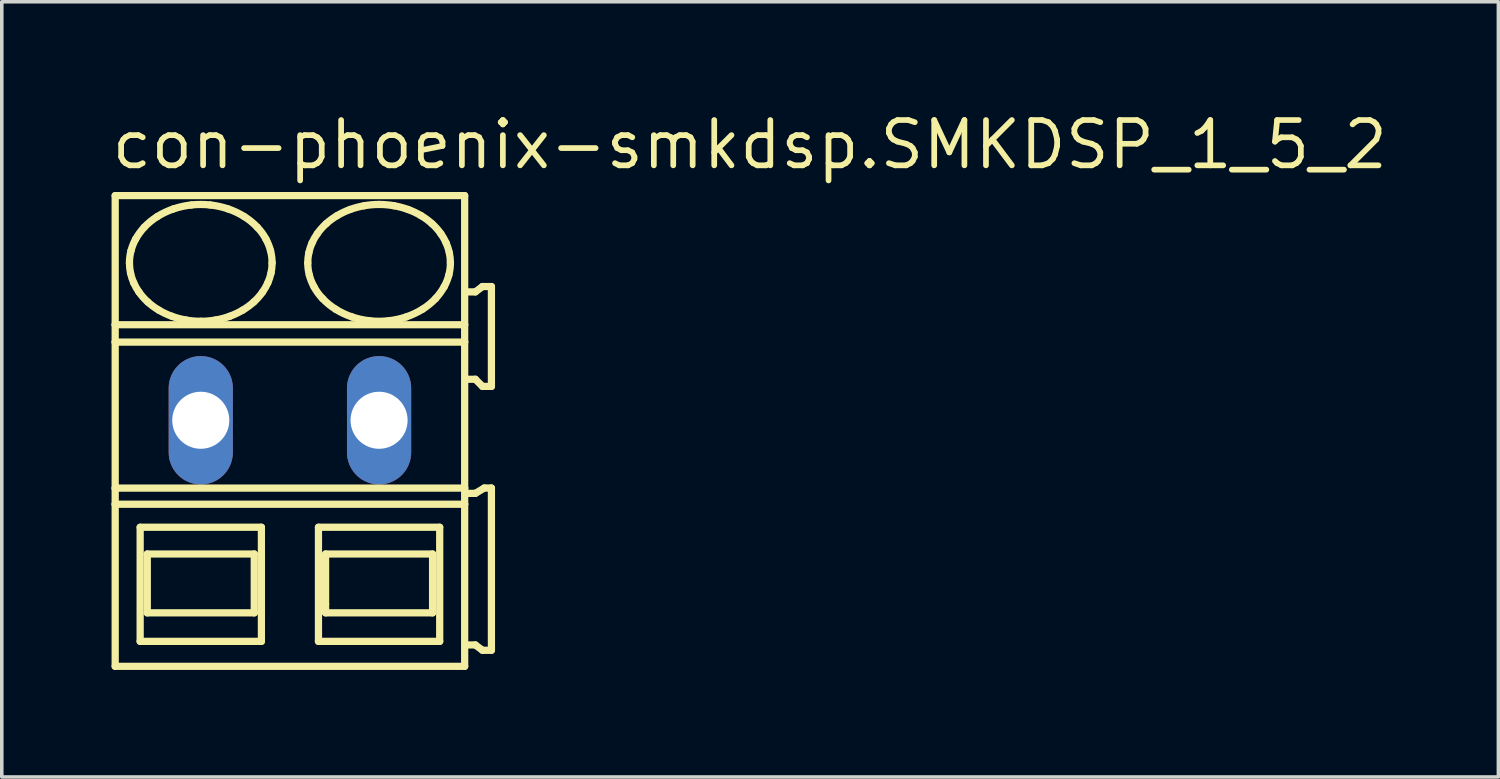
<source format=kicad_pcb>
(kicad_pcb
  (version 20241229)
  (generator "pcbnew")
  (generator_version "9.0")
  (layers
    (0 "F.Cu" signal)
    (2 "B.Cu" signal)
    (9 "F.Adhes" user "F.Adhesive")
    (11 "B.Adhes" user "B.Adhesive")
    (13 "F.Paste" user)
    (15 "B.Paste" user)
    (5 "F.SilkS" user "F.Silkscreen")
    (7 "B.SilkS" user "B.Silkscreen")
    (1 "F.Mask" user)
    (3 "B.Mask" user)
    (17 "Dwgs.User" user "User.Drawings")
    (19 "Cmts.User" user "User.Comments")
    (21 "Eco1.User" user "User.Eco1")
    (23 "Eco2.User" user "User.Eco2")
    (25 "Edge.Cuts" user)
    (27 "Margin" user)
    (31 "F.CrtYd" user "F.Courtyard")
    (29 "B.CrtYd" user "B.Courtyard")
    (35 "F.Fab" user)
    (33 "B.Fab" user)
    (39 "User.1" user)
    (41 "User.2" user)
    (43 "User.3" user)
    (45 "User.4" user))
  (footprint "con-phoenix-smkdsp.SMKDSP_1_5_2"
    (layer "F.Cu")
    (at 5.08 8.735)
    (property "Reference" "con-phoenix-smkdsp.SMKDSP_1_5_2" (at -5.08 -6.985 0) (layer "F.SilkS") (effects (font (size 1.27 1.27) (thickness 0.16)) (justify left bottom)))
    (attr through_hole)
    (fp_line (start -4.9 -6.3) (end -4.9 -2.679) (stroke (width 0.203) (type default)) (layer "F.SilkS"))
    (fp_line (start -4.9 -2.679) (end -4.9 -2.192) (stroke (width 0.203) (type default)) (layer "F.SilkS"))
    (fp_line (start -4.9 -2.192) (end -4.9 1.902) (stroke (width 0.203) (type default)) (layer "F.SilkS"))
    (fp_line (start -4.9 1.902) (end -4.9 2.354) (stroke (width 0.203) (type default)) (layer "F.SilkS"))
    (fp_line (start -4.9 2.354) (end -4.9 6.9) (stroke (width 0.203) (type default)) (layer "F.SilkS"))
    (fp_line (start -4.9 6.9) (end 4.9 6.9) (stroke (width 0.203) (type default)) (layer "F.SilkS"))
    (fp_line (start -4.2 3) (end -4.2 6.2) (stroke (width 0.203) (type default)) (layer "F.SilkS"))
    (fp_line (start -4.2 6.2) (end -0.8 6.2) (stroke (width 0.203) (type default)) (layer "F.SilkS"))
    (fp_line (start -4 3.75) (end -4 5.4) (stroke (width 0.203) (type default)) (layer "F.SilkS"))
    (fp_line (start -4 5.4) (end -1 5.4) (stroke (width 0.203) (type default)) (layer "F.SilkS"))
    (fp_line (start -1 3.75) (end -4 3.75) (stroke (width 0.203) (type default)) (layer "F.SilkS"))
    (fp_line (start -1 5.4) (end -1 3.75) (stroke (width 0.203) (type default)) (layer "F.SilkS"))
    (fp_line (start -0.8 3) (end -4.2 3) (stroke (width 0.203) (type default)) (layer "F.SilkS"))
    (fp_line (start -0.8 6.2) (end -0.8 3) (stroke (width 0.203) (type default)) (layer "F.SilkS"))
    (fp_line (start 0.8 3) (end 0.8 6.2) (stroke (width 0.203) (type default)) (layer "F.SilkS"))
    (fp_line (start 0.8 6.2) (end 4.2 6.2) (stroke (width 0.203) (type default)) (layer "F.SilkS"))
    (fp_line (start 1 3.75) (end 1 5.15) (stroke (width 0.203) (type default)) (layer "F.SilkS"))
    (fp_line (start 1 5.15) (end 1 5.4) (stroke (width 0.203) (type default)) (layer "F.SilkS"))
    (fp_line (start 1 5.4) (end 4 5.4) (stroke (width 0.203) (type default)) (layer "F.SilkS"))
    (fp_line (start 4 3.75) (end 1 3.75) (stroke (width 0.203) (type default)) (layer "F.SilkS"))
    (fp_line (start 4 5.4) (end 4 3.75) (stroke (width 0.203) (type default)) (layer "F.SilkS"))
    (fp_line (start 4.2 3) (end 0.8 3) (stroke (width 0.203) (type default)) (layer "F.SilkS"))
    (fp_line (start 4.2 6.2) (end 4.2 3) (stroke (width 0.203) (type default)) (layer "F.SilkS"))
    (fp_line (start 4.9 -6.3) (end -4.9 -6.3) (stroke (width 0.203) (type default)) (layer "F.SilkS"))
    (fp_line (start 4.9 -2.679) (end -4.9 -2.679) (stroke (width 0.203) (type default)) (layer "F.SilkS"))
    (fp_line (start 4.9 -2.679) (end 4.9 -6.3) (stroke (width 0.203) (type default)) (layer "F.SilkS"))
    (fp_line (start 4.9 -2.192) (end -4.9 -2.192) (stroke (width 0.203) (type default)) (layer "F.SilkS"))
    (fp_line (start 4.9 -2.192) (end 4.9 -2.679) (stroke (width 0.203) (type default)) (layer "F.SilkS"))
    (fp_line (start 4.9 1.902) (end -4.9 1.902) (stroke (width 0.203) (type default)) (layer "F.SilkS"))
    (fp_line (start 4.9 1.902) (end 4.9 -2.192) (stroke (width 0.203) (type default)) (layer "F.SilkS"))
    (fp_line (start 4.9 2.354) (end -4.9 2.354) (stroke (width 0.203) (type default)) (layer "F.SilkS"))
    (fp_line (start 4.9 2.354) (end 4.9 1.902) (stroke (width 0.203) (type default)) (layer "F.SilkS"))
    (fp_line (start 4.9 6.9) (end 4.9 2.354) (stroke (width 0.203) (type default)) (layer "F.SilkS"))
    (fp_line (start 5 -1.15) (end 5.2 -1.15) (stroke (width 0.203) (type default)) (layer "F.SilkS"))
    (fp_line (start 5 6.3) (end 5.2 6.3) (stroke (width 0.203) (type default)) (layer "F.SilkS"))
    (fp_line (start 5.2 -3.6) (end 5 -3.6) (stroke (width 0.203) (type default)) (layer "F.SilkS"))
    (fp_line (start 5.2 -1.15) (end 5.4 -0.95) (stroke (width 0.203) (type default)) (layer "F.SilkS"))
    (fp_line (start 5.2 2.05) (end 5 2.05) (stroke (width 0.203) (type default)) (layer "F.SilkS"))
    (fp_line (start 5.2 6.3) (end 5.4 6.45) (stroke (width 0.203) (type default)) (layer "F.SilkS"))
    (fp_line (start 5.4 -3.75) (end 5.2 -3.6) (stroke (width 0.203) (type default)) (layer "F.SilkS"))
    (fp_line (start 5.4 -0.95) (end 5.65 -0.95) (stroke (width 0.203) (type default)) (layer "F.SilkS"))
    (fp_line (start 5.4 6.45) (end 5.65 6.45) (stroke (width 0.203) (type default)) (layer "F.SilkS"))
    (fp_line (start 5.45 1.9) (end 5.2 2.05) (stroke (width 0.203) (type default)) (layer "F.SilkS"))
    (fp_line (start 5.65 -3.75) (end 5.4 -3.75) (stroke (width 0.203) (type default)) (layer "F.SilkS"))
    (fp_line (start 5.65 -0.95) (end 5.65 -3.75) (stroke (width 0.203) (type default)) (layer "F.SilkS"))
    (fp_line (start 5.65 1.9) (end 5.45 1.9) (stroke (width 0.203) (type default)) (layer "F.SilkS"))
    (fp_line (start 5.65 6.45) (end 5.65 1.9) (stroke (width 0.203) (type default)) (layer "F.SilkS"))
    (fp_arc (start -4.5 -4.4136) (mid -4.488905 -4.585389) (end -4.4562 -4.7544) (stroke (width 0.2032) (type default)) (layer "F.SilkS"))
    (fp_arc (start -4.4695 -4.1287) (mid -4.492309 -4.270341) (end -4.5 -4.4136) (stroke (width 0.2032) (type default)) (layer "F.SilkS"))
    (fp_arc (start -4.4562 -4.7544) (mid -4.401558 -4.920839) (end -4.3273 -5.0795) (stroke (width 0.2032) (type default)) (layer "F.SilkS"))
    (fp_arc (start -4.3795 -3.8536) (mid -4.431599 -3.988827) (end -4.4695 -4.1287) (stroke (width 0.2032) (type default)) (layer "F.SilkS"))
    (fp_arc (start -4.3274 -5.0795) (mid -4.216217 -5.252167) (end -4.0864 -5.4113) (stroke (width 0.2032) (type default)) (layer "F.SilkS"))
    (fp_arc (start -4.232 -3.5945) (mid -4.312155 -3.720404) (end -4.3795 -3.8536) (stroke (width 0.2032) (type default)) (layer "F.SilkS"))
    (fp_arc (start -4.0864 -5.4113) (mid -3.911717 -5.573771) (end -3.718 -5.713) (stroke (width 0.2032) (type default)) (layer "F.SilkS"))
    (fp_arc (start -3.9861 -3.3171) (mid -4.116737 -3.448975) (end -4.2321 -3.5944) (stroke (width 0.2032) (type default)) (layer "F.SilkS"))
    (fp_arc (start -3.718 -5.713) (mid -3.497651 -5.83326) (end -3.2649 -5.9273) (stroke (width 0.2032) (type default)) (layer "F.SilkS"))
    (fp_arc (start -3.676 -3.0884) (mid -3.836846 -3.19489) (end -3.9861 -3.3171) (stroke (width 0.2032) (type default)) (layer "F.SilkS"))
    (fp_arc (start -3.313 -2.9167) (mid -3.498551 -2.993985) (end -3.676 -3.0884) (stroke (width 0.2032) (type default)) (layer "F.SilkS"))
    (fp_arc (start -3.2649 -5.9273) (mid -3.016253 -5.996227) (end -2.7616 -6.0378) (stroke (width 0.2032) (type default)) (layer "F.SilkS"))
    (fp_arc (start -2.9161 -2.8111) (mid -3.116893 -2.855096) (end -3.313 -2.9167) (stroke (width 0.2032) (type default)) (layer "F.SilkS"))
    (fp_arc (start -2.7616 -6.0378) (mid -2.5 -6.051841) (end -2.2384 -6.0378) (stroke (width 0.2032) (type default)) (layer "F.SilkS"))
    (fp_arc (start -2.5 -2.7752) (mid -2.708826 -2.784159) (end -2.9161 -2.8111) (stroke (width 0.2032) (type default)) (layer "F.SilkS"))
    (fp_arc (start -2.2384 -6.0378) (mid -1.983714 -5.996378) (end -1.7351 -5.9273) (stroke (width 0.2032) (type default)) (layer "F.SilkS"))
    (fp_arc (start -2.0839 -2.8111) (mid -2.291182 -2.784277) (end -2.5 -2.7753) (stroke (width 0.2032) (type default)) (layer "F.SilkS"))
    (fp_arc (start -1.7351 -5.9273) (mid -1.502222 -5.83353) (end -1.282 -5.713) (stroke (width 0.2032) (type default)) (layer "F.SilkS"))
    (fp_arc (start -1.687 -2.9167) (mid -1.883128 -2.855175) (end -2.0839 -2.8111) (stroke (width 0.2032) (type default)) (layer "F.SilkS"))
    (fp_arc (start -1.324 -3.0884) (mid -1.501514 -2.994123) (end -1.687 -2.9167) (stroke (width 0.2032) (type default)) (layer "F.SilkS"))
    (fp_arc (start -1.282 -5.713) (mid -1.088036 -5.574073) (end -0.9136 -5.4113) (stroke (width 0.2032) (type default)) (layer "F.SilkS"))
    (fp_arc (start -1.0139 -3.3171) (mid -1.163276 -3.195057) (end -1.324 -3.0884) (stroke (width 0.2032) (type default)) (layer "F.SilkS"))
    (fp_arc (start -0.9137 -5.4112) (mid -0.781313 -5.253987) (end -0.6727 -5.0795) (stroke (width 0.2032) (type default)) (layer "F.SilkS"))
    (fp_arc (start -0.7679 -3.5944) (mid -0.88339 -3.449088) (end -1.0139 -3.3171) (stroke (width 0.2032) (type default)) (layer "F.SilkS"))
    (fp_arc (start -0.6727 -5.0795) (mid -0.598287 -4.9209) (end -0.5438 -4.7544) (stroke (width 0.2032) (type default)) (layer "F.SilkS"))
    (fp_arc (start -0.6204 -3.8536) (mid -0.687861 -3.720421) (end -0.7679 -3.5944) (stroke (width 0.2032) (type default)) (layer "F.SilkS"))
    (fp_arc (start -0.5438 -4.7544) (mid -0.511083 -4.58539) (end -0.5 -4.4136) (stroke (width 0.2032) (type default)) (layer "F.SilkS"))
    (fp_arc (start -0.5305 -4.1287) (mid -0.568473 -3.988851) (end -0.6205 -3.8536) (stroke (width 0.2032) (type default)) (layer "F.SilkS"))
    (fp_arc (start -0.5001 -4.4136) (mid -0.50774 -4.270343) (end -0.5305 -4.1287) (stroke (width 0.2032) (type default)) (layer "F.SilkS"))
    (fp_arc (start 0.5 -4.4136) (mid 0.507693 -4.556809) (end 0.5305 -4.6984) (stroke (width 0.2032) (type default)) (layer "F.SilkS"))
    (fp_arc (start 0.5305 -4.6984) (mid 0.568467 -4.8383) (end 0.6205 -4.9736) (stroke (width 0.2032) (type default)) (layer "F.SilkS"))
    (fp_arc (start 0.5438 -4.0727) (mid 0.511073 -4.241759) (end 0.5 -4.4136) (stroke (width 0.2032) (type default)) (layer "F.SilkS"))
    (fp_arc (start 0.6204 -4.9736) (mid 0.687866 -5.106728) (end 0.7679 -5.2327) (stroke (width 0.2032) (type default)) (layer "F.SilkS"))
    (fp_arc (start 0.6727 -3.7476) (mid 0.598288 -3.9062) (end 0.5438 -4.0727) (stroke (width 0.2032) (type default)) (layer "F.SilkS"))
    (fp_arc (start 0.7679 -5.2327) (mid 0.883386 -5.378016) (end 1.0139 -5.51) (stroke (width 0.2032) (type default)) (layer "F.SilkS"))
    (fp_arc (start 0.9136 -3.4159) (mid 0.781267 -3.57312) (end 0.6727 -3.7476) (stroke (width 0.2032) (type default)) (layer "F.SilkS"))
    (fp_arc (start 1.0139 -5.51) (mid 1.163277 -5.632042) (end 1.324 -5.7387) (stroke (width 0.2032) (type default)) (layer "F.SilkS"))
    (fp_arc (start 1.282 -3.1141) (mid 1.088032 -3.253077) (end 0.9136 -3.4159) (stroke (width 0.2032) (type default)) (layer "F.SilkS"))
    (fp_arc (start 1.324 -5.7387) (mid 1.501514 -5.832977) (end 1.687 -5.9104) (stroke (width 0.2032) (type default)) (layer "F.SilkS"))
    (fp_arc (start 1.687 -5.9104) (mid 1.883128 -5.971925) (end 2.0839 -6.016) (stroke (width 0.2032) (type default)) (layer "F.SilkS"))
    (fp_arc (start 1.7351 -2.8998) (mid 1.502222 -2.993571) (end 1.282 -3.1141) (stroke (width 0.2032) (type default)) (layer "F.SilkS"))
    (fp_arc (start 2.0839 -6.0161) (mid 2.291183 -6.042919) (end 2.5 -6.0519) (stroke (width 0.2032) (type default)) (layer "F.SilkS"))
    (fp_arc (start 2.2384 -2.7893) (mid 1.983714 -2.830721) (end 1.7351 -2.8998) (stroke (width 0.2032) (type default)) (layer "F.SilkS"))
    (fp_arc (start 2.5 -6.0519) (mid 2.708826 -6.042941) (end 2.9161 -6.016) (stroke (width 0.2032) (type default)) (layer "F.SilkS"))
    (fp_arc (start 2.7616 -2.7893) (mid 2.5 -2.775259) (end 2.2384 -2.7893) (stroke (width 0.2032) (type default)) (layer "F.SilkS"))
    (fp_arc (start 2.9161 -6.016) (mid 3.116893 -5.972004) (end 3.313 -5.9104) (stroke (width 0.2032) (type default)) (layer "F.SilkS"))
    (fp_arc (start 3.2649 -2.8998) (mid 3.016253 -2.830873) (end 2.7616 -2.7893) (stroke (width 0.2032) (type default)) (layer "F.SilkS"))
    (fp_arc (start 3.313 -5.9104) (mid 3.498552 -5.833116) (end 3.676 -5.7387) (stroke (width 0.2032) (type default)) (layer "F.SilkS"))
    (fp_arc (start 3.676 -5.7387) (mid 3.836846 -5.632209) (end 3.9861 -5.51) (stroke (width 0.2032) (type default)) (layer "F.SilkS"))
    (fp_arc (start 3.718 -3.1141) (mid 3.497651 -2.993839) (end 3.2649 -2.8998) (stroke (width 0.2032) (type default)) (layer "F.SilkS"))
    (fp_arc (start 3.9861 -5.51) (mid 4.116738 -5.378126) (end 4.2321 -5.2327) (stroke (width 0.2032) (type default)) (layer "F.SilkS"))
    (fp_arc (start 4.0864 -3.4159) (mid 3.911721 -3.253378) (end 3.718 -3.1141) (stroke (width 0.2032) (type default)) (layer "F.SilkS"))
    (fp_arc (start 4.2321 -5.2327) (mid 4.312204 -5.106793) (end 4.3795 -4.9736) (stroke (width 0.2032) (type default)) (layer "F.SilkS"))
    (fp_arc (start 4.3273 -3.7476) (mid 4.216161 -3.574988) (end 4.0864 -3.4159) (stroke (width 0.2032) (type default)) (layer "F.SilkS"))
    (fp_arc (start 4.3795 -4.9736) (mid 4.431605 -4.838324) (end 4.4695 -4.6984) (stroke (width 0.2032) (type default)) (layer "F.SilkS"))
    (fp_arc (start 4.4562 -4.0727) (mid 4.401557 -3.906262) (end 4.3273 -3.7476) (stroke (width 0.2032) (type default)) (layer "F.SilkS"))
    (fp_arc (start 4.4695 -4.6984) (mid 4.4923 -4.556809) (end 4.5 -4.4136) (stroke (width 0.2032) (type default)) (layer "F.SilkS"))
    (fp_arc (start 4.5 -4.4136) (mid 4.488914 -4.241761) (end 4.4562 -4.0727) (stroke (width 0.2032) (type default)) (layer "F.SilkS"))
    (pad "1" thru_hole oval (at -2.5 0 90) (size 3.6 1.8) (drill 1.6) (layers "*.Cu" "*.Mask"))
    (pad "2" thru_hole oval (at 2.5 0 90) (size 3.6 1.8) (drill 1.6) (layers "*.Cu" "*.Mask")))
  (gr_rect
    (start -3 -3)
    (end 38.967 18.737)
    (stroke (width 0.1) (type default))
    (fill no)
    (layer "Edge.Cuts")))
</source>
